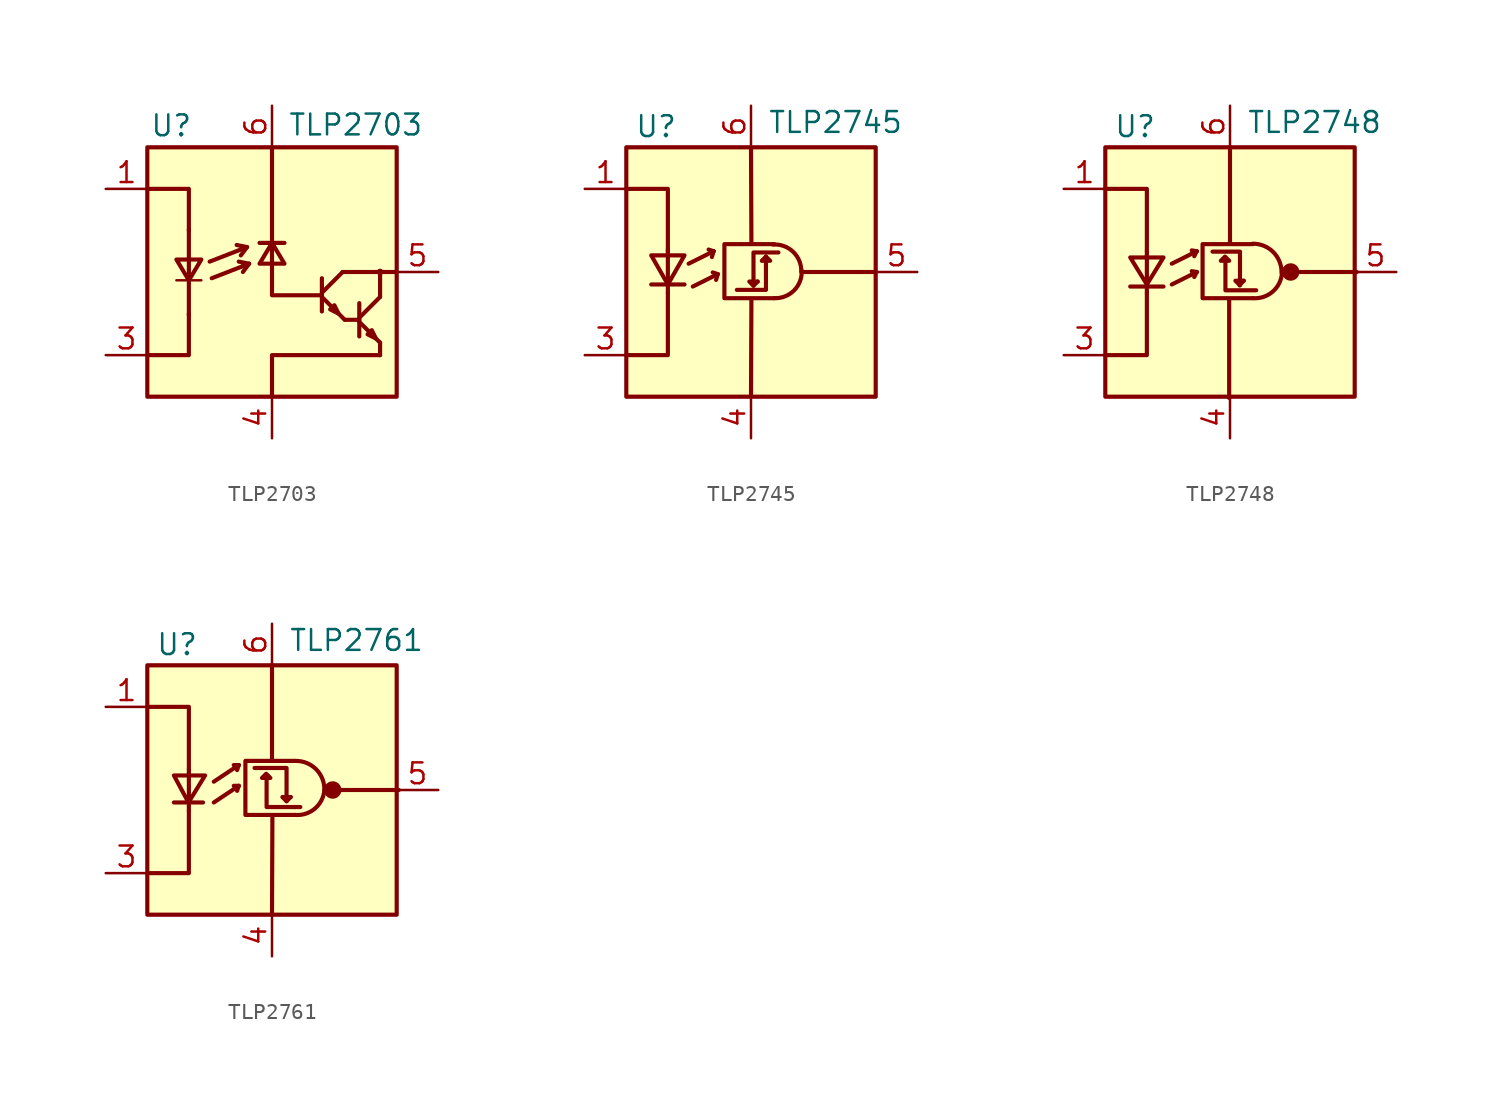
<source format=kicad_sym>
(kicad_symbol_lib
  (version 20201005)
  (generator kicad_symbol_editor)
  (symbol "TLP2703"
    (pin_names
      (offset 1.016) hide)
    (property "Reference" "U"
      (at -7.468 8.941 0)
      (effects (font (size 1.27 1.27)) (justify left)))
    (property "Value" "TLP2703"
      (at 0.965 8.992 0)
      (effects (font (size 1.27 1.27)) (justify left)))
    (symbol "TLP2703_0_1"
      (circle (center 6.604 0) (radius 0.127) (stroke (width 0)) (fill (type none)))
      (rectangle (start -7.62 7.62) (end 7.62 -7.62) (stroke (width 0.254)) (fill (type background)))
      (polyline (pts (xy -5.842 -0.508) (xy -4.318 -0.508)) (stroke (width 0)) (fill (type none)))
      (polyline (pts (xy -5.08 -2.642) (xy -5.08 -0.61)) (stroke (width 0.254)) (fill (type none)))
      (polyline (pts (xy -5.08 0.762) (xy -5.08 -0.508)) (stroke (width 0.254)) (fill (type none)))
      (polyline (pts (xy -5.08 2.591) (xy -5.08 0.864)) (stroke (width 0.254)) (fill (type none)))
      (polyline (pts (xy -1.524 1.524) (xy -1.905 1.016)) (stroke (width 0.254)) (fill (type none)))
      (polyline (pts (xy -1.397 0.508) (xy -1.778 0)) (stroke (width 0.254)) (fill (type none)))
      (polyline (pts (xy -0.762 1.778) (xy 0.762 1.778)) (stroke (width 0.254)) (fill (type none)))
      (polyline (pts (xy 0 -7.62) (xy 0 -5.08)) (stroke (width 0.254)) (fill (type none)))
      (polyline (pts (xy 0 1.778) (xy 0 0.508)) (stroke (width 0.254)) (fill (type none)))
      (polyline (pts (xy 0 1.93) (xy 0 5.08)) (stroke (width 0.254)) (fill (type none)))
      (polyline (pts (xy 0 7.62) (xy 0 5.08)) (stroke (width 0.254)) (fill (type none)))
      (polyline (pts (xy 0.102 -5.08) (xy 6.604 -5.08)) (stroke (width 0.254)) (fill (type none)))
      (polyline (pts (xy 3.048 -1.524) (xy 4.445 -2.921)) (stroke (width 0.254)) (fill (type none)))
      (polyline (pts (xy 3.048 -1.27) (xy 4.318 0)) (stroke (width 0.254)) (fill (type none)))
      (polyline (pts (xy 3.048 -0.381) (xy 3.048 -2.413)) (stroke (width 0.254)) (fill (type none)))
      (polyline (pts (xy 4.318 0) (xy 7.62 0)) (stroke (width 0.254)) (fill (type none)))
      (polyline (pts (xy 5.334 -3.048) (xy 6.604 -4.318)) (stroke (width 0.254)) (fill (type none)))
      (polyline (pts (xy 5.334 -2.921) (xy 4.445 -2.921)) (stroke (width 0.254)) (fill (type none)))
      (polyline (pts (xy 5.334 -2.794) (xy 6.604 -1.524)) (stroke (width 0.254)) (fill (type none)))
      (polyline (pts (xy 6.604 -4.318) (xy 6.604 -5.08)) (stroke (width 0.254)) (fill (type none)))
      (polyline (pts (xy 6.604 -1.524) (xy 6.604 0)) (stroke (width 0.254)) (fill (type none)))
      (polyline (pts (xy -7.62 -5.08) (xy -5.08 -5.08) (xy -5.08 -2.54)) (stroke (width 0.254)) (fill (type none)))
      (polyline (pts (xy -7.62 5.08) (xy -5.08 5.08) (xy -5.08 2.54)) (stroke (width 0.254)) (fill (type none)))
      (polyline (pts (xy -3.81 0.635) (xy -1.524 1.524) (xy -2.159 1.651)) (stroke (width 0.254)) (fill (type none)))
      (polyline (pts (xy -3.683 -0.381) (xy -1.397 0.508) (xy -2.032 0.635)) (stroke (width 0.254)) (fill (type none)))
      (polyline (pts (xy 0 0.508) (xy 0 -1.422) (xy 3.048 -1.422)) (stroke (width 0.254)) (fill (type none)))
      (polyline (pts (xy 5.334 -1.905) (xy 5.334 -3.937) (xy 5.334 -3.937)) (stroke (width 0.254)) (fill (type none)))
      (polyline (pts (xy -5.842 0.762) (xy -4.318 0.762) (xy -5.08 -0.508) (xy -5.842 0.762)) (stroke (width 0.254)) (fill (type none)))
      (polyline (pts (xy 0 1.778) (xy -0.762 0.508) (xy 0.762 0.508) (xy 0 1.778)) (stroke (width 0.254)) (fill (type none)))
      (polyline (pts (xy 4.064 -2.54) (xy 3.81 -2.032) (xy 3.556 -2.286) (xy 4.064 -2.54)) (stroke (width 0.254)) (fill (type none)))
      (polyline (pts (xy 6.35 -4.064) (xy 6.096 -3.556) (xy 5.842 -3.81) (xy 6.35 -4.064)) (stroke (width 0.254)) (fill (type none))))
    (symbol "TLP2703_1_1"
      (pin passive line (at -10.16 5.08 0) (length 2.54) (name "A" (effects (font (size 1.27 1.27)))) (number "1" (effects (font (size 1.27 1.27)))))
      (pin no_connect line (at -7.62 0 0) (length 2.54) hide (name "NC" (effects (font (size 1.27 1.27)))) (number "2" (effects (font (size 1.27 1.27)))))
      (pin passive line (at -10.16 -5.08 0) (length 2.54) (name "K" (effects (font (size 1.27 1.27)))) (number "3" (effects (font (size 1.27 1.27)))))
      (pin power_in line (at 0 -10.16 90) (length 2.54) (name "GND" (effects (font (size 1.27 1.27)))) (number "4" (effects (font (size 1.27 1.27)))))
      (pin open_collector line (at 10.16 0 180) (length 2.54) (name "Out" (effects (font (size 1.27 1.27)))) (number "5" (effects (font (size 1.27 1.27)))))
      (pin power_in line (at 0 10.16 270) (length 2.54) (name "VCC" (effects (font (size 1.27 1.27)))) (number "6" (effects (font (size 1.27 1.27)))))))
  (symbol "TLP2745"
    (pin_names
      (offset 1.016) hide)
    (property "Reference" "U"
      (at -7.112 8.89 0)
      (effects (font (size 1.27 1.27)) (justify left)))
    (property "Value" "TLP2745"
      (at 1.016 9.144 0)
      (effects (font (size 1.27 1.27)) (justify left)))
    (symbol "TLP2745_0_1"
      (arc (start 1.4224 -1.6002) (end 3.0988 0.0762) (radius (at 1.4478 0.0254) (length 1.6256) (angles -90.9 1.8)) (stroke (width 0.254)) (fill (type none)))
      (arc (start 1.3462 1.6764) (end 3.0734 0) (radius (at 1.4732 0.1016) (length 1.5748) (angles 94.6 -3.6)) (stroke (width 0.254)) (fill (type none)))
      (rectangle (start -7.62 7.62) (end 7.62 -7.62) (stroke (width 0.254)) (fill (type background)))
      (polyline (pts (xy -6.096 -0.762) (xy -4.064 -0.762)) (stroke (width 0.254)) (fill (type none)))
      (polyline (pts (xy -5.08 -0.762) (xy -5.08 -1.27)) (stroke (width 0.254)) (fill (type none)))
      (polyline (pts (xy -5.08 1.016) (xy -5.08 -0.762)) (stroke (width 0.254)) (fill (type none)))
      (polyline (pts (xy -5.08 1.016) (xy -5.08 1.397)) (stroke (width 0.254)) (fill (type none)))
      (polyline (pts (xy -3.81 0.508) (xy -2.286 1.27)) (stroke (width 0.254)) (fill (type none)))
      (polyline (pts (xy -3.556 -0.889) (xy -2.032 -0.127)) (stroke (width 0.254)) (fill (type none)))
      (polyline (pts (xy -2.286 1.27) (xy -2.591 1.372)) (stroke (width 0.254)) (fill (type none)))
      (polyline (pts (xy -2.286 1.27) (xy -2.388 0.914)) (stroke (width 0.254)) (fill (type none)))
      (polyline (pts (xy -2.032 -0.127) (xy -2.337 -0.025)) (stroke (width 0.254)) (fill (type none)))
      (polyline (pts (xy -2.032 -0.127) (xy -2.134 -0.483)) (stroke (width 0.254)) (fill (type none)))
      (polyline (pts (xy 0 -7.62) (xy 0.025 -1.651)) (stroke (width 0.254)) (fill (type none)))
      (polyline (pts (xy 0 7.595) (xy 0.025 1.778)) (stroke (width 0.254)) (fill (type none)))
      (polyline (pts (xy 7.595 0) (xy 3.15 0)) (stroke (width 0.254)) (fill (type none)))
      (polyline (pts (xy -7.62 -5.08) (xy -5.08 -5.08) (xy -5.08 -1.27)) (stroke (width 0.254)) (fill (type none)))
      (polyline (pts (xy -5.08 1.27) (xy -5.08 5.08) (xy -7.62 5.08)) (stroke (width 0.254)) (fill (type none)))
      (polyline (pts (xy 0.152 -0.838) (xy -0.102 -0.584) (xy 0.406 -0.584)) (stroke (width 0.254)) (fill (type none)))
      (polyline (pts (xy 0.914 0.94) (xy 0.914 -1.092) (xy -0.864 -1.092)) (stroke (width 0.254)) (fill (type none)))
      (polyline (pts (xy -6.096 1.016) (xy -4.064 1.016) (xy -5.08 -0.762) (xy -6.096 1.016)) (stroke (width 0.254)) (fill (type none)))
      (polyline (pts (xy 0.914 0.94) (xy 0.66 0.686) (xy 1.168 0.686) (xy 0.914 0.94)) (stroke (width 0.254)) (fill (type none)))
      (polyline (pts (xy 1.422 1.702) (xy -1.626 1.702) (xy -1.626 -1.6) (xy 1.422 -1.6)) (stroke (width 0.254)) (fill (type none)))
      (polyline (pts (xy 1.676 1.194) (xy 0.152 1.194) (xy 0.152 -0.838) (xy 0.406 -0.584)) (stroke (width 0.254)) (fill (type none))))
    (symbol "TLP2745_1_1"
      (pin passive line (at -10.16 5.08 0) (length 2.54) (name "A" (effects (font (size 1.27 1.27)))) (number "1" (effects (font (size 1.27 1.27)))))
      (pin no_connect line (at -7.62 0 0) (length 2.54) hide (name "NC" (effects (font (size 1.27 1.27)))) (number "2" (effects (font (size 1.27 1.27)))))
      (pin passive line (at -10.16 -5.08 0) (length 2.54) (name "K" (effects (font (size 1.27 1.27)))) (number "3" (effects (font (size 1.27 1.27)))))
      (pin power_in line (at 0 -10.16 90) (length 2.54) (name "GND" (effects (font (size 1.27 1.27)))) (number "4" (effects (font (size 1.27 1.27)))))
      (pin output line (at 10.16 0 180) (length 2.54) (name "VO" (effects (font (size 1.27 1.27)))) (number "5" (effects (font (size 1.27 1.27)))))
      (pin power_in line (at 0 10.16 270) (length 2.54) (name "VDD" (effects (font (size 1.27 1.27)))) (number "6" (effects (font (size 1.27 1.27)))))))
  (symbol "TLP2748"
    (pin_names
      (offset 1.016) hide)
    (property "Reference" "U"
      (at -7.112 8.89 0)
      (effects (font (size 1.27 1.27)) (justify left)))
    (property "Value" "TLP2748"
      (at 1.016 9.144 0)
      (effects (font (size 1.27 1.27)) (justify left)))
    (symbol "TLP2748_0_1"
      (arc (start 3.1496 -0.0508) (end 1.3716 1.7272) (radius (at 1.397 -0.0508) (length 1.7526) (angles 0 90.8)) (stroke (width 0.254)) (fill (type none)))
      (arc (start 3.175 -0.0762) (end 1.397 -1.6002) (radius (at 1.524 0.0508) (length 1.651) (angles -4.4 -94.4)) (stroke (width 0.254)) (fill (type none)))
      (circle (center 3.708 0) (radius 0.457) (stroke (width 0)) (fill (type outline)))
      (rectangle (start -7.62 7.62) (end 7.62 -7.62) (stroke (width 0.254)) (fill (type background)))
      (polyline (pts (xy -6.096 -0.889) (xy -4.064 -0.889)) (stroke (width 0.254)) (fill (type none)))
      (polyline (pts (xy -5.08 -1.27) (xy -5.08 -0.914)) (stroke (width 0.254)) (fill (type none)))
      (polyline (pts (xy -5.08 1.016) (xy -5.08 -0.762)) (stroke (width 0.254)) (fill (type none)))
      (polyline (pts (xy -5.08 1.27) (xy -5.08 0.914)) (stroke (width 0.254)) (fill (type none)))
      (polyline (pts (xy -3.556 -0.762) (xy -2.032 0)) (stroke (width 0.254)) (fill (type none)))
      (polyline (pts (xy -3.556 0.508) (xy -2.032 1.27)) (stroke (width 0.254)) (fill (type none)))
      (polyline (pts (xy -2.032 0) (xy -2.337 0.051)) (stroke (width 0.254)) (fill (type none)))
      (polyline (pts (xy -2.032 0) (xy -2.184 -0.305)) (stroke (width 0.254)) (fill (type none)))
      (polyline (pts (xy -2.032 1.27) (xy -2.337 1.321)) (stroke (width 0.254)) (fill (type none)))
      (polyline (pts (xy -2.032 1.27) (xy -2.184 0.965)) (stroke (width 0.254)) (fill (type none)))
      (polyline (pts (xy -0.051 -7.696) (xy -0.051 -1.727)) (stroke (width 0.254)) (fill (type none)))
      (polyline (pts (xy 0 7.645) (xy 0 1.803)) (stroke (width 0.254)) (fill (type none)))
      (polyline (pts (xy 0.838 -0.533) (xy 0.584 -0.813)) (stroke (width 0.254)) (fill (type none)))
      (polyline (pts (xy 7.747 0) (xy 4.064 0)) (stroke (width 0.254)) (fill (type none)))
      (polyline (pts (xy -7.62 -5.08) (xy -5.08 -5.08) (xy -5.08 -1.27)) (stroke (width 0.254)) (fill (type none)))
      (polyline (pts (xy -5.08 1.27) (xy -5.08 5.08) (xy -7.62 5.08)) (stroke (width 0.254)) (fill (type none)))
      (polyline (pts (xy -0.279 0.66) (xy -0.279 -1.118) (xy 1.6 -1.118)) (stroke (width 0.254)) (fill (type none)))
      (polyline (pts (xy 0.584 -0.787) (xy 0.33 -0.533) (xy 0.838 -0.533)) (stroke (width 0.254)) (fill (type none)))
      (polyline (pts (xy 0.61 -0.813) (xy 0.61 1.245) (xy -1.067 1.245)) (stroke (width 0.254)) (fill (type none)))
      (polyline (pts (xy -6.096 0.889) (xy -4.064 0.889) (xy -5.08 -0.762) (xy -6.096 0.889)) (stroke (width 0.254)) (fill (type none)))
      (polyline (pts (xy -0.305 0.94) (xy -0.559 0.686) (xy -0.051 0.686) (xy -0.305 0.94)) (stroke (width 0.254)) (fill (type none)))
      (polyline (pts (xy 1.372 1.702) (xy -1.676 1.702) (xy -1.676 -1.6) (xy 1.372 -1.6)) (stroke (width 0.254)) (fill (type none))))
    (symbol "TLP2748_1_1"
      (pin passive line (at -10.16 5.08 0) (length 2.54) (name "A" (effects (font (size 1.27 1.27)))) (number "1" (effects (font (size 1.27 1.27)))))
      (pin no_connect line (at -7.62 0 0) (length 2.54) hide (name "NC" (effects (font (size 1.27 1.27)))) (number "2" (effects (font (size 1.27 1.27)))))
      (pin passive line (at -10.16 -5.08 0) (length 2.54) (name "K" (effects (font (size 1.27 1.27)))) (number "3" (effects (font (size 1.27 1.27)))))
      (pin power_in line (at 0 -10.16 90) (length 2.54) (name "GND" (effects (font (size 1.27 1.27)))) (number "4" (effects (font (size 1.27 1.27)))))
      (pin output line (at 10.16 0 180) (length 2.54) (name "VO" (effects (font (size 1.27 1.27)))) (number "5" (effects (font (size 1.27 1.27)))))
      (pin power_in line (at 0 10.16 270) (length 2.54) (name "VDD" (effects (font (size 1.27 1.27)))) (number "6" (effects (font (size 1.27 1.27)))))))
  (symbol "TLP2761"
    (pin_names
      (offset 1.016) hide)
    (property "Reference" "U"
      (at -7.112 8.89 0)
      (effects (font (size 1.27 1.27)) (justify left)))
    (property "Value" "TLP2761"
      (at 1.016 9.144 0)
      (effects (font (size 1.27 1.27)) (justify left)))
    (symbol "TLP2761_0_1"
      (arc (start 3.2004 0) (end 1.4224 1.778) (radius (at 1.4478 0) (length 1.7526) (angles 0 90.8)) (stroke (width 0.254)) (fill (type none)))
      (arc (start 3.2004 0) (end 1.4224 -1.524) (radius (at 1.5494 0.127) (length 1.651) (angles -4.4 -94.4)) (stroke (width 0.254)) (fill (type none)))
      (circle (center 3.708 0) (radius 0.457) (stroke (width 0)) (fill (type outline)))
      (rectangle (start -7.62 7.62) (end 7.62 -7.62) (stroke (width 0.254)) (fill (type background)))
      (polyline (pts (xy -5.994 -0.762) (xy -4.216 -0.762)) (stroke (width 0.254)) (fill (type none)))
      (polyline (pts (xy -5.08 -1.27) (xy -5.08 -0.762)) (stroke (width 0.254)) (fill (type none)))
      (polyline (pts (xy -5.08 1.016) (xy -5.08 -0.762)) (stroke (width 0.254)) (fill (type none)))
      (polyline (pts (xy -5.08 1.27) (xy -5.08 1.016)) (stroke (width 0.254)) (fill (type none)))
      (polyline (pts (xy -3.556 -0.762) (xy -2.032 0.254)) (stroke (width 0.254)) (fill (type none)))
      (polyline (pts (xy -3.556 0.508) (xy -2.032 1.524)) (stroke (width 0.254)) (fill (type none)))
      (polyline (pts (xy -2.032 0.254) (xy -2.337 0.254)) (stroke (width 0.254)) (fill (type none)))
      (polyline (pts (xy -2.032 0.254) (xy -2.134 -0.051)) (stroke (width 0.254)) (fill (type none)))
      (polyline (pts (xy -2.032 1.524) (xy -2.337 1.524)) (stroke (width 0.254)) (fill (type none)))
      (polyline (pts (xy -2.032 1.524) (xy -2.134 1.219)) (stroke (width 0.254)) (fill (type none)))
      (polyline (pts (xy 0 -7.62) (xy 0.025 -1.549)) (stroke (width 0.254)) (fill (type none)))
      (polyline (pts (xy 0 7.645) (xy 0 1.854)) (stroke (width 0.254)) (fill (type none)))
      (polyline (pts (xy 0.889 -0.686) (xy 1.143 -0.432)) (stroke (width 0.254)) (fill (type none)))
      (polyline (pts (xy 1.372 -1.041) (xy 1.727 -1.041)) (stroke (width 0.254)) (fill (type none)))
      (polyline (pts (xy 4.14 0) (xy 7.747 0)) (stroke (width 0.254)) (fill (type none)))
      (polyline (pts (xy -7.62 -5.08) (xy -5.08 -5.08) (xy -5.08 -1.27)) (stroke (width 0.254)) (fill (type none)))
      (polyline (pts (xy -5.08 1.27) (xy -5.08 5.08) (xy -7.62 5.08)) (stroke (width 0.254)) (fill (type none)))
      (polyline (pts (xy -0.33 0.686) (xy -0.33 -1.041) (xy 1.422 -1.041)) (stroke (width 0.254)) (fill (type none)))
      (polyline (pts (xy 0.889 -0.686) (xy 0.635 -0.432) (xy 1.143 -0.432)) (stroke (width 0.254)) (fill (type none)))
      (polyline (pts (xy 0.889 -0.381) (xy 0.889 1.346) (xy -1.067 1.346)) (stroke (width 0.254)) (fill (type none)))
      (polyline (pts (xy -5.994 0.889) (xy -4.089 0.889) (xy -5.105 -0.762) (xy -5.994 0.889)) (stroke (width 0.254)) (fill (type none)))
      (polyline (pts (xy -0.356 0.991) (xy -0.61 0.737) (xy -0.102 0.737) (xy -0.356 0.991)) (stroke (width 0.254)) (fill (type none)))
      (polyline (pts (xy 1.422 1.778) (xy -1.626 1.778) (xy -1.626 -1.524) (xy 1.422 -1.524)) (stroke (width 0.254)) (fill (type none))))
    (symbol "TLP2761_1_1"
      (pin passive line (at -10.16 5.08 0) (length 2.54) (name "A" (effects (font (size 1.27 1.27)))) (number "1" (effects (font (size 1.27 1.27)))))
      (pin no_connect line (at -7.62 0 0) (length 2.54) hide (name "NC" (effects (font (size 1.27 1.27)))) (number "2" (effects (font (size 1.27 1.27)))))
      (pin passive line (at -10.16 -5.08 0) (length 2.54) (name "K" (effects (font (size 1.27 1.27)))) (number "3" (effects (font (size 1.27 1.27)))))
      (pin power_in line (at 0 -10.16 90) (length 2.54) (name "GND" (effects (font (size 1.27 1.27)))) (number "4" (effects (font (size 1.27 1.27)))))
      (pin output line (at 10.16 0 180) (length 2.54) (name "VO" (effects (font (size 1.27 1.27)))) (number "5" (effects (font (size 1.27 1.27)))))
      (pin power_in line (at 0 10.16 270) (length 2.54) (name "VDD" (effects (font (size 1.27 1.27)))) (number "6" (effects (font (size 1.27 1.27))))))))
</source>
